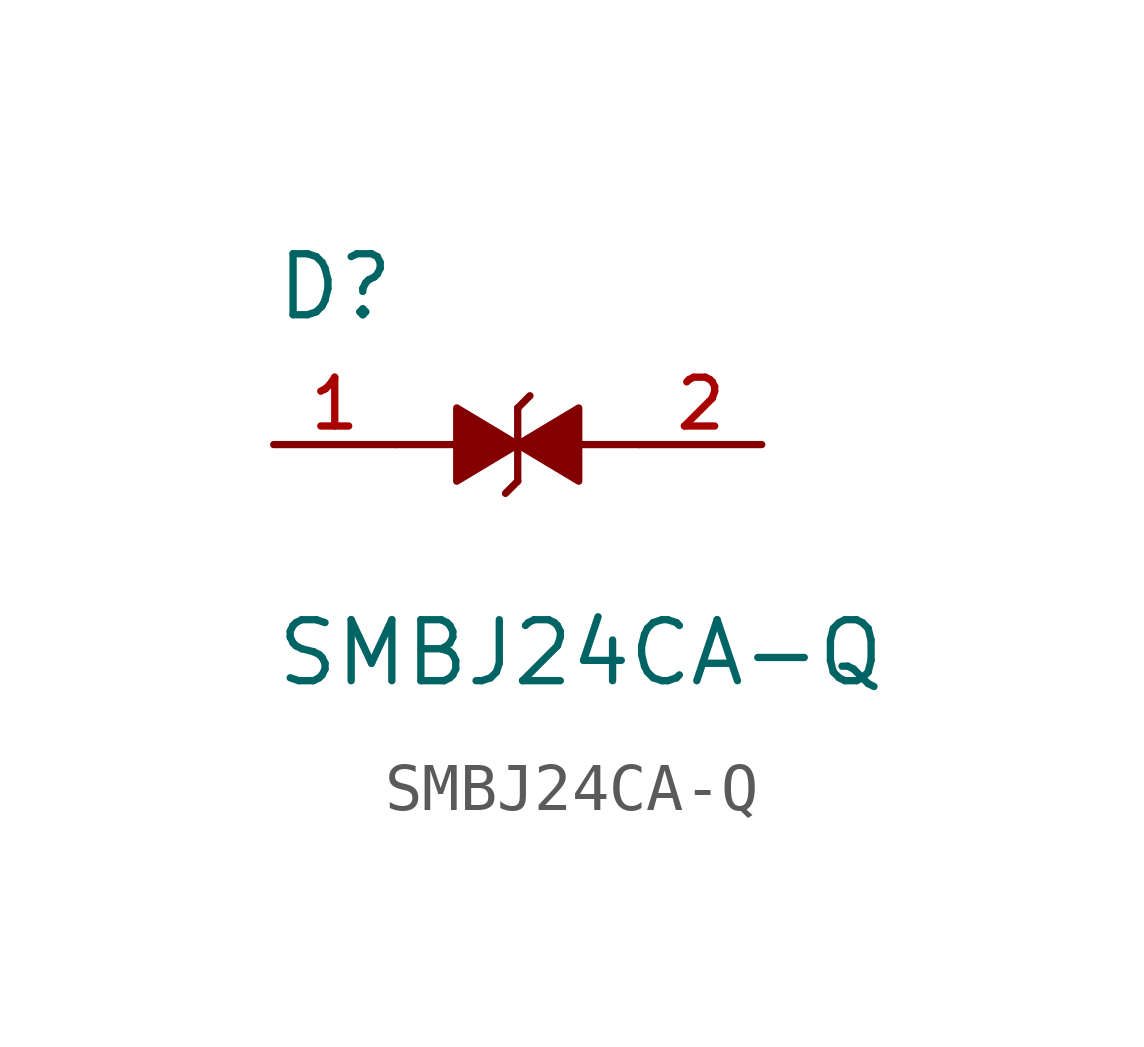
<source format=kicad_sym>
(kicad_symbol_lib
  (version 20211014)
  (generator kicad_symbol_editor)
  (symbol "SMBJ24CA-Q"
    (pin_names
      (offset 1.016))
    (property "Reference" "D"
      (at -5.08 2.54 0)
      (effects (font (size 1.27 1.27)) (justify bottom left)))
    (property "Value" "SMBJ24CA-Q"
      (at -5.08 -5.08 0)
      (effects (font (size 1.27 1.27)) (justify bottom left)))
    (symbol "SMBJ24CA-Q_0_0"
      (polyline (pts (xy 0.0 0.0) (xy -1.27 -0.762) (xy -1.27 0.762) (xy 0.0 0.0)) (stroke (width 0.152)) (fill (type outline)))
      (polyline (pts (xy 0.0 -0.762) (xy 0.0 0.762)) (stroke (width 0.152)))
      (polyline (pts (xy 0.0 0.0) (xy 1.27 0.762) (xy 1.27 -0.762) (xy 0.0 0.0)) (stroke (width 0.152)) (fill (type outline)))
      (polyline (pts (xy 0.0 -0.762) (xy -0.254 -1.016)) (stroke (width 0.152)))
      (polyline (pts (xy 0.0 0.762) (xy 0.254 1.016)) (stroke (width 0.152)))
      (polyline (pts (xy 1.27 0.0) (xy 2.54 0.0)) (stroke (width 0.152)))
      (polyline (pts (xy -1.27 0.0) (xy -2.54 0.0)) (stroke (width 0.152)))
      (pin passive line (at -5.08 0.0 0) (length 2.54) (name "~" (effects (font (size 1.016 1.016)))) (number "1" (effects (font (size 1.016 1.016)))))
      (pin passive line (at 5.08 0.0 180.0) (length 2.54) (name "~" (effects (font (size 1.016 1.016)))) (number "2" (effects (font (size 1.016 1.016))))))))
</source>
